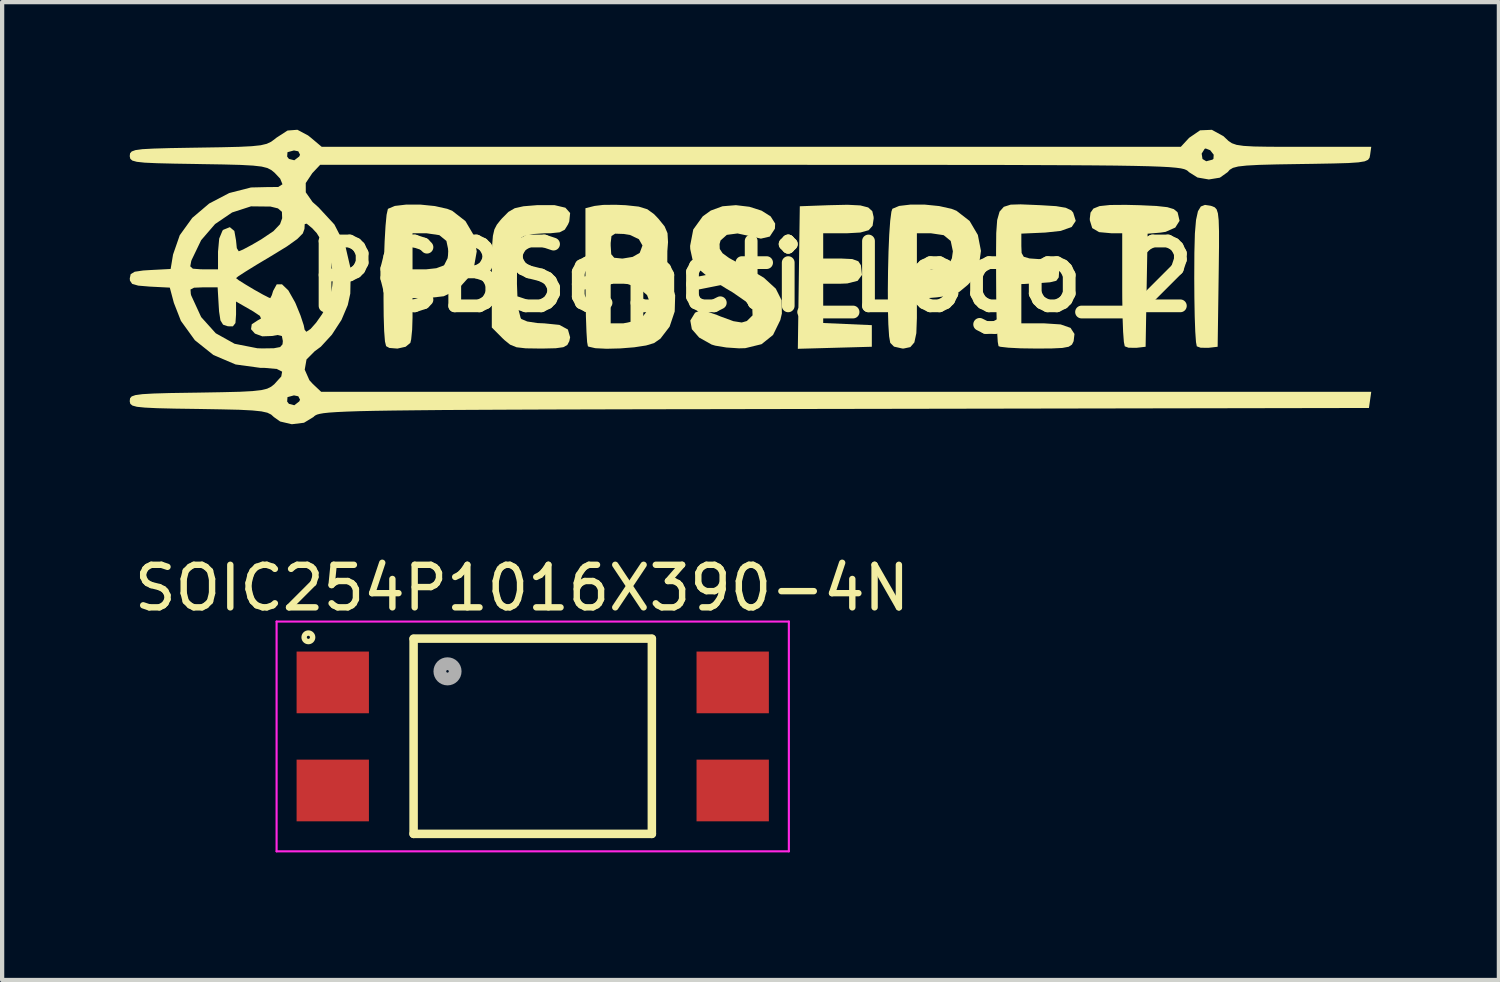
<source format=kicad_pcb>
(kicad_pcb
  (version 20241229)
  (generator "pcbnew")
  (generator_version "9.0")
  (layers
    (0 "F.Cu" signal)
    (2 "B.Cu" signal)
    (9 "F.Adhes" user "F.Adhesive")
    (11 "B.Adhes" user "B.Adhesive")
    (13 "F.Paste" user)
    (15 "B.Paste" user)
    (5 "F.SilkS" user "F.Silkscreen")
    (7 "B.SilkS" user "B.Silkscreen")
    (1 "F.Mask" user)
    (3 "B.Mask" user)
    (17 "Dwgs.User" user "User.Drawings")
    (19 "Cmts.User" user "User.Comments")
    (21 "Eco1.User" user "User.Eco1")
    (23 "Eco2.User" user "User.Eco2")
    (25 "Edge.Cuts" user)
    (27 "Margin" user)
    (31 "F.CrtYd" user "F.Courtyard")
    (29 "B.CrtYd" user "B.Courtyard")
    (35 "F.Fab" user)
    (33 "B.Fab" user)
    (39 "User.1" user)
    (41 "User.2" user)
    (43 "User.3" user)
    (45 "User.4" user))
  (footprint "PCBSepeti_Logo_2"
    (layer "F.Cu")
    (at 14.605 3.449)
    (property "Reference" "PCBSepeti_Logo_2" (at 0 0 0) (layer "F.SilkS") (effects (font (size 1.524 1.524) (thickness 0.3))))
    (attr board_only exclude_from_pos_files exclude_from_bom)
    (fp_poly (pts (xy 10.795 -1.664) (xy 10.835 -1.652) (xy 10.896 -1.626) (xy 10.94 -1.578) (xy 10.97 -1.485) (xy 10.988 -1.323) (xy 10.996 -1.069) (xy 10.996 -0.701) (xy 10.99 -0.195) (xy 10.987 0.027) (xy 10.964 1.651) (xy 10.749 1.676) (xy 10.565 1.674) (xy 10.474 1.641) (xy 10.455 1.541) (xy 10.438 1.299) (xy 10.425 0.944) (xy 10.417 0.504) (xy 10.414 0.039) (xy 10.417 -0.561) (xy 10.429 -1.011) (xy 10.456 -1.329) (xy 10.501 -1.534) (xy 10.569 -1.646) (xy 10.666 -1.683)) (stroke (width 0) (type solid)) (fill yes) (layer "F.SilkS"))
    (fp_poly (pts (xy 2.566 -1.671) (xy 2.751 -1.623) (xy 2.847 -1.535) (xy 2.878 -1.4) (xy 2.879 -1.362) (xy 2.854 -1.192) (xy 2.761 -1.088) (xy 2.568 -1.034) (xy 2.244 -1.016) (xy 2.152 -1.016) (xy 1.693 -1.016) (xy 1.693 -0.423) (xy 2.111 -0.423) (xy 2.377 -0.41) (xy 2.519 -0.358) (xy 2.579 -0.266) (xy 2.605 -0.038) (xy 2.503 0.101) (xy 2.259 0.163) (xy 2.108 0.169) (xy 1.693 0.169) (xy 1.693 1.093) (xy 2.836 1.143) (xy 2.836 1.651) (xy 1.967 1.675) (xy 1.097 1.699) (xy 1.12 0.024) (xy 1.143 -1.651) (xy 1.82 -1.676) (xy 2.264 -1.686)) (stroke (width 0) (type solid)) (fill yes) (layer "F.SilkS"))
    (fp_poly (pts (xy 9.135 -1.676) (xy 9.526 -1.658) (xy 9.78 -1.63) (xy 9.933 -1.584) (xy 10.016 -1.515) (xy 10.024 -1.503) (xy 10.069 -1.31) (xy 9.968 -1.15) (xy 9.741 -1.05) (xy 9.624 -1.032) (xy 9.318 -1.006) (xy 9.294 0.322) (xy 9.271 1.651) (xy 9.056 1.676) (xy 8.871 1.674) (xy 8.781 1.641) (xy 8.76 1.539) (xy 8.742 1.299) (xy 8.729 0.951) (xy 8.722 0.526) (xy 8.721 0.282) (xy 8.721 -1.016) (xy 8.474 -1.016) (xy 8.178 -1.043) (xy 8.016 -1.138) (xy 7.96 -1.32) (xy 7.959 -1.362) (xy 7.976 -1.502) (xy 8.044 -1.597) (xy 8.188 -1.655) (xy 8.434 -1.681) (xy 8.806 -1.684)) (stroke (width 0) (type solid)) (fill yes) (layer "F.SilkS"))
    (fp_poly (pts (xy -7.772 -1.69) (xy -7.435 -1.656) (xy -7.144 -1.591) (xy -7.027 -1.545) (xy -6.716 -1.303) (xy -6.52 -0.97) (xy -6.45 -0.59) (xy -6.518 -0.206) (xy -6.628 0.007) (xy -6.896 0.305) (xy -7.226 0.464) (xy -7.599 0.507) (xy -7.959 0.508) (xy -7.959 0.967) (xy -7.968 1.251) (xy -7.991 1.478) (xy -8.01 1.559) (xy -8.121 1.651) (xy -8.314 1.694) (xy -8.503 1.679) (xy -8.58 1.637) (xy -8.607 1.526) (xy -8.626 1.28) (xy -8.637 0.931) (xy -8.641 0.513) (xy -8.639 0.059) (xy -8.634 -0.169) (xy -7.959 -0.169) (xy -7.637 -0.169) (xy -7.4 -0.195) (xy -7.231 -0.257) (xy -7.214 -0.271) (xy -7.135 -0.429) (xy -7.112 -0.593) (xy -7.163 -0.836) (xy -7.329 -0.972) (xy -7.627 -1.016) (xy -7.637 -1.016) (xy -7.959 -1.016) (xy -7.959 -0.169) (xy -8.634 -0.169) (xy -8.63 -0.398) (xy -8.615 -0.824) (xy -8.594 -1.186) (xy -8.569 -1.451) (xy -8.539 -1.585) (xy -8.534 -1.592) (xy -8.375 -1.659) (xy -8.103 -1.691)) (stroke (width 0) (type solid)) (fill yes) (layer "F.SilkS"))
    (fp_poly (pts (xy 4.081 -1.69) (xy 4.418 -1.656) (xy 4.709 -1.591) (xy 4.826 -1.545) (xy 5.134 -1.306) (xy 5.328 -0.977) (xy 5.401 -0.602) (xy 5.348 -0.222) (xy 5.161 0.121) (xy 5.095 0.193) (xy 4.896 0.358) (xy 4.673 0.447) (xy 4.366 0.49) (xy 3.895 0.529) (xy 3.895 0.977) (xy 3.882 1.332) (xy 3.836 1.549) (xy 3.741 1.659) (xy 3.583 1.693) (xy 3.556 1.693) (xy 3.357 1.648) (xy 3.269 1.559) (xy 3.242 1.404) (xy 3.224 1.123) (xy 3.214 0.75) (xy 3.212 0.319) (xy 3.217 -0.136) (xy 3.218 -0.169) (xy 3.895 -0.169) (xy 4.216 -0.169) (xy 4.453 -0.195) (xy 4.623 -0.257) (xy 4.64 -0.271) (xy 4.718 -0.429) (xy 4.741 -0.593) (xy 4.69 -0.836) (xy 4.524 -0.972) (xy 4.227 -1.016) (xy 4.216 -1.016) (xy 3.895 -1.016) (xy 3.895 -0.169) (xy 3.218 -0.169) (xy 3.228 -0.582) (xy 3.245 -0.984) (xy 3.268 -1.31) (xy 3.296 -1.524) (xy 3.319 -1.592) (xy 3.478 -1.659) (xy 3.75 -1.691)) (stroke (width 0) (type solid)) (fill yes) (layer "F.SilkS"))
    (fp_poly (pts (xy -4.619 -1.677) (xy -4.366 -1.617) (xy -4.255 -1.492) (xy -4.275 -1.295) (xy -4.304 -1.225) (xy -4.381 -1.101) (xy -4.5 -1.039) (xy -4.714 -1.017) (xy -4.85 -1.016) (xy -5.123 -0.998) (xy -5.333 -0.952) (xy -5.402 -0.914) (xy -5.451 -0.781) (xy -5.485 -0.525) (xy -5.503 -0.192) (xy -5.505 0.17) (xy -5.492 0.516) (xy -5.463 0.8) (xy -5.418 0.975) (xy -5.402 0.999) (xy -5.263 1.057) (xy -5.022 1.094) (xy -4.862 1.101) (xy -4.508 1.137) (xy -4.307 1.246) (xy -4.255 1.429) (xy -4.274 1.52) (xy -4.321 1.609) (xy -4.414 1.661) (xy -4.594 1.686) (xy -4.897 1.693) (xy -4.965 1.693) (xy -5.299 1.688) (xy -5.515 1.663) (xy -5.665 1.602) (xy -5.8 1.493) (xy -5.849 1.446) (xy -6.096 1.198) (xy -6.096 0.05) (xy -6.095 -0.411) (xy -6.088 -0.735) (xy -6.07 -0.956) (xy -6.035 -1.107) (xy -5.977 -1.219) (xy -5.891 -1.327) (xy -5.852 -1.371) (xy -5.705 -1.519) (xy -5.557 -1.605) (xy -5.352 -1.651) (xy -5.036 -1.677) (xy -5.023 -1.677)) (stroke (width 0) (type solid)) (fill yes) (layer "F.SilkS"))
    (fp_poly (pts (xy 6.647 -1.683) (xy 6.807 -1.676) (xy 7.167 -1.654) (xy 7.394 -1.616) (xy 7.523 -1.555) (xy 7.568 -1.503) (xy 7.629 -1.307) (xy 7.533 -1.164) (xy 7.276 -1.072) (xy 6.913 -1.033) (xy 6.35 -1.008) (xy 6.35 -0.72) (xy 6.357 -0.552) (xy 6.407 -0.464) (xy 6.542 -0.425) (xy 6.795 -0.407) (xy 7.053 -0.386) (xy 7.185 -0.346) (xy 7.233 -0.259) (xy 7.239 -0.127) (xy 7.229 0.021) (xy 7.172 0.1) (xy 7.024 0.136) (xy 6.795 0.153) (xy 6.35 0.178) (xy 6.35 1.101) (xy 6.89 1.101) (xy 7.274 1.126) (xy 7.506 1.207) (xy 7.599 1.35) (xy 7.579 1.52) (xy 7.54 1.6) (xy 7.462 1.651) (xy 7.313 1.679) (xy 7.058 1.691) (xy 6.697 1.693) (xy 6.338 1.688) (xy 6.046 1.673) (xy 5.859 1.652) (xy 5.814 1.637) (xy 5.796 1.538) (xy 5.781 1.298) (xy 5.768 0.942) (xy 5.76 0.5) (xy 5.757 -0.002) (xy 5.757 -0.012) (xy 5.756 -0.591) (xy 5.76 -1.022) (xy 5.782 -1.327) (xy 5.838 -1.525) (xy 5.938 -1.638) (xy 6.098 -1.689) (xy 6.33 -1.696)) (stroke (width 0) (type solid)) (fill yes) (layer "F.SilkS"))
    (fp_poly (pts (xy -0.041 -1.639) (xy 0.244 -1.548) (xy 0.458 -1.413) (xy 0.564 -1.245) (xy 0.558 -1.124) (xy 0.437 -0.939) (xy 0.229 -0.89) (xy 0.008 -0.941) (xy -0.32 -1.012) (xy -0.572 -0.979) (xy -0.719 -0.848) (xy -0.743 -0.762) (xy -0.738 -0.648) (xy -0.673 -0.548) (xy -0.52 -0.435) (xy -0.25 -0.287) (xy -0.137 -0.228) (xy 0.299 0.029) (xy 0.579 0.286) (xy 0.716 0.559) (xy 0.722 0.869) (xy 0.685 1.024) (xy 0.514 1.374) (xy 0.243 1.591) (xy -0.137 1.684) (xy -0.287 1.688) (xy -0.585 1.668) (xy -0.844 1.625) (xy -0.93 1.599) (xy -1.222 1.435) (xy -1.394 1.238) (xy -1.431 1.035) (xy -1.32 0.853) (xy -1.314 0.848) (xy -1.209 0.801) (xy -1.052 0.818) (xy -0.799 0.906) (xy -0.717 0.94) (xy -0.416 1.05) (xy -0.222 1.081) (xy -0.101 1.046) (xy 0.033 0.913) (xy 0.027 0.763) (xy -0.126 0.587) (xy -0.433 0.374) (xy -0.587 0.283) (xy -0.979 0.04) (xy -1.235 -0.177) (xy -1.378 -0.396) (xy -1.432 -0.645) (xy -1.435 -0.72) (xy -1.361 -1.105) (xy -1.138 -1.414) (xy -0.95 -1.55) (xy -0.674 -1.651) (xy -0.359 -1.677)) (stroke (width 0) (type solid)) (fill yes) (layer "F.SilkS"))
    (fp_poly (pts (xy -2.948 -1.676) (xy -2.642 -1.643) (xy -2.441 -1.581) (xy -2.282 -1.465) (xy -2.178 -1.356) (xy -2.034 -1.178) (xy -1.966 -1.018) (xy -1.954 -0.808) (xy -1.97 -0.596) (xy -1.972 -0.176) (xy -1.899 0.09) (xy -1.786 0.442) (xy -1.797 0.822) (xy -1.917 1.179) (xy -2.134 1.462) (xy -2.283 1.565) (xy -2.469 1.621) (xy -2.75 1.664) (xy -3.077 1.69) (xy -3.398 1.698) (xy -3.663 1.685) (xy -3.823 1.648) (xy -3.838 1.637) (xy -3.856 1.538) (xy -3.871 1.298) (xy -3.878 1.101) (xy -3.302 1.101) (xy -3.006 1.101) (xy -2.704 1.04) (xy -2.54 0.931) (xy -2.414 0.764) (xy -2.371 0.635) (xy -2.447 0.436) (xy -2.64 0.271) (xy -2.9 0.178) (xy -3.006 0.169) (xy -3.302 0.169) (xy -3.302 1.101) (xy -3.878 1.101) (xy -3.884 0.942) (xy -3.892 0.5) (xy -3.895 -0.002) (xy -3.895 -0.012) (xy -3.895 -0.725) (xy -3.302 -0.725) (xy -3.289 -0.524) (xy -3.219 -0.441) (xy -3.041 -0.423) (xy -3.016 -0.423) (xy -2.786 -0.461) (xy -2.623 -0.553) (xy -2.619 -0.557) (xy -2.555 -0.729) (xy -2.639 -0.877) (xy -2.849 -0.977) (xy -2.993 -1) (xy -3.197 -1.007) (xy -3.283 -0.952) (xy -3.302 -0.788) (xy -3.302 -0.725) (xy -3.895 -0.725) (xy -3.895 -1.605) (xy -3.68 -1.659) (xy -3.479 -1.683) (xy -3.184 -1.686)) (stroke (width 0) (type solid)) (fill yes) (layer "F.SilkS"))
    (fp_poly (pts (xy -10.415 -3.316) (xy -10.345 -3.26) (xy -10.093 -3.048) (xy 10.098 -3.048) (xy 10.294 -3.26) (xy 10.551 -3.436) (xy 10.828 -3.448) (xy 11.101 -3.298) (xy 11.141 -3.26) (xy 11.219 -3.186) (xy 11.3 -3.132) (xy 11.41 -3.094) (xy 11.575 -3.07) (xy 11.819 -3.056) (xy 12.169 -3.05) (xy 12.649 -3.048) (xy 12.964 -3.048) (xy 14.574 -3.048) (xy 14.547 -2.857) (xy 14.534 -2.791) (xy 14.498 -2.742) (xy 14.419 -2.707) (xy 14.272 -2.683) (xy 14.036 -2.667) (xy 13.686 -2.657) (xy 13.201 -2.648) (xy 12.918 -2.644) (xy 12.357 -2.635) (xy 11.941 -2.624) (xy 11.646 -2.608) (xy 11.448 -2.586) (xy 11.324 -2.554) (xy 11.248 -2.509) (xy 11.199 -2.453) (xy 11.016 -2.323) (xy 10.757 -2.281) (xy 10.49 -2.327) (xy 10.287 -2.455) (xy 10.262 -2.481) (xy 10.228 -2.503) (xy 10.177 -2.524) (xy 10.099 -2.542) (xy 9.986 -2.557) (xy 9.828 -2.571) (xy 9.616 -2.582) (xy 9.342 -2.592) (xy 8.996 -2.6) (xy 8.568 -2.607) (xy 8.051 -2.612) (xy 7.435 -2.616) (xy 6.711 -2.619) (xy 5.869 -2.622) (xy 4.901 -2.623) (xy 3.798 -2.624) (xy 2.55 -2.624) (xy 1.149 -2.625) (xy 0.002 -2.625) (xy -10.13 -2.625) (xy -10.315 -2.429) (xy -10.469 -2.197) (xy -10.468 -1.979) (xy -10.309 -1.751) (xy -10.169 -1.626) (xy -9.796 -1.223) (xy -9.54 -0.725) (xy -9.411 -0.171) (xy -9.422 0.401) (xy -9.481 0.671) (xy -9.629 1.02) (xy -9.855 1.368) (xy -10.114 1.65) (xy -10.259 1.757) (xy -10.451 1.95) (xy -10.493 2.189) (xy -10.383 2.437) (xy -10.303 2.525) (xy -10.107 2.709) (xy 14.574 2.709) (xy 14.52 3.09) (xy 2.193 3.112) (xy 0.507 3.115) (xy -1.019 3.118) (xy -2.391 3.12) (xy -3.619 3.123) (xy -4.71 3.126) (xy -5.673 3.13) (xy -6.515 3.134) (xy -7.246 3.138) (xy -7.873 3.144) (xy -8.405 3.15) (xy -8.849 3.157) (xy -9.214 3.165) (xy -9.508 3.175) (xy -9.74 3.186) (xy -9.917 3.198) (xy -10.048 3.212) (xy -10.14 3.228) (xy -10.203 3.245) (xy -10.244 3.265) (xy -10.272 3.286) (xy -10.287 3.302) (xy -10.51 3.437) (xy -10.796 3.472) (xy -11.07 3.408) (xy -11.217 3.304) (xy -11.282 3.245) (xy -11.371 3.201) (xy -11.51 3.17) (xy -11.722 3.148) (xy -12.033 3.132) (xy -12.466 3.122) (xy -12.987 3.113) (xy -13.547 3.105) (xy -13.961 3.095) (xy -14.25 3.081) (xy -14.437 3.062) (xy -14.543 3.033) (xy -14.592 2.993) (xy -14.605 2.939) (xy -10.906 2.939) (xy -10.864 2.993) (xy -10.738 3.026) (xy -10.622 2.936) (xy -10.603 2.895) (xy -10.644 2.815) (xy -10.746 2.794) (xy -10.898 2.835) (xy -10.906 2.939) (xy -14.605 2.939) (xy -14.605 2.938) (xy -14.605 2.921) (xy -14.598 2.862) (xy -14.56 2.818) (xy -14.471 2.787) (xy -14.307 2.765) (xy -14.047 2.75) (xy -13.667 2.739) (xy -13.145 2.731) (xy -13 2.729) (xy -12.438 2.719) (xy -12.02 2.709) (xy -11.72 2.693) (xy -11.515 2.67) (xy -11.377 2.637) (xy -11.282 2.59) (xy -11.204 2.527) (xy -11.201 2.523) (xy -11.044 2.349) (xy -11.024 2.236) (xy -11.149 2.173) (xy -11.429 2.148) (xy -11.536 2.147) (xy -12.118 2.067) (xy -12.639 1.845) (xy -13.075 1.497) (xy -13.403 1.043) (xy -13.569 0.618) (xy -13.652 0.306) (xy -13.178 0.306) (xy -13.17 0.411) (xy -13.161 0.445) (xy -12.927 0.953) (xy -12.584 1.334) (xy -12.141 1.581) (xy -11.607 1.686) (xy -11.493 1.69) (xy -11.218 1.686) (xy -11.071 1.658) (xy -11.015 1.594) (xy -11.007 1.517) (xy -11.03 1.399) (xy -11.132 1.375) (xy -11.264 1.398) (xy -11.49 1.406) (xy -11.663 1.342) (xy -11.755 1.238) (xy -11.738 1.123) (xy -11.603 1.034) (xy -11.52 0.987) (xy -11.547 0.925) (xy -11.701 0.822) (xy -11.773 0.78) (xy -12.107 0.588) (xy -12.107 0.892) (xy -12.121 1.094) (xy -12.181 1.171) (xy -12.298 1.17) (xy -12.412 1.132) (xy -12.474 1.031) (xy -12.506 0.822) (xy -12.514 0.699) (xy -12.54 0.254) (xy -12.879 0.254) (xy -13.094 0.263) (xy -13.178 0.306) (xy -13.652 0.306) (xy -13.664 0.261) (xy -14.135 0.237) (xy -14.407 0.214) (xy -14.549 0.173) (xy -14.601 0.096) (xy -14.605 0.042) (xy -14.604 0.038) (xy -12.107 0.038) (xy -12.042 0.089) (xy -11.879 0.191) (xy -11.673 0.314) (xy -11.473 0.426) (xy -11.334 0.497) (xy -11.302 0.508) (xy -11.266 0.438) (xy -11.236 0.339) (xy -11.151 0.184) (xy -11.027 0.183) (xy -10.879 0.325) (xy -10.721 0.604) (xy -10.706 0.637) (xy -10.593 0.913) (xy -10.517 1.143) (xy -10.495 1.251) (xy -10.455 1.299) (xy -10.356 1.233) (xy -10.225 1.085) (xy -10.087 0.889) (xy -9.97 0.677) (xy -9.905 0.509) (xy -9.847 0.227) (xy -9.824 -0.039) (xy -9.824 -0.042) (xy -9.88 -0.359) (xy -10.021 -0.712) (xy -10.211 -1.02) (xy -10.317 -1.135) (xy -10.447 -1.242) (xy -10.493 -1.232) (xy -10.499 -1.119) (xy -10.538 -1.012) (xy -10.668 -0.881) (xy -10.91 -0.708) (xy -11.284 -0.479) (xy -11.303 -0.468) (xy -11.626 -0.275) (xy -11.888 -0.113) (xy -12.057 -0.003) (xy -12.107 0.038) (xy -14.604 0.038) (xy -14.583 -0.056) (xy -14.49 -0.112) (xy -14.288 -0.142) (xy -14.125 -0.152) (xy -13.645 -0.177) (xy -13.634 -0.239) (xy -13.183 -0.239) (xy -13.123 -0.184) (xy -12.941 -0.17) (xy -12.875 -0.169) (xy -12.531 -0.169) (xy -12.531 -0.582) (xy -12.503 -0.892) (xy -12.425 -1.08) (xy -12.407 -1.098) (xy -12.253 -1.16) (xy -12.147 -1.071) (xy -12.107 -0.846) (xy -12.107 -0.842) (xy -12.089 -0.666) (xy -12.044 -0.593) (xy -11.943 -0.634) (xy -11.744 -0.74) (xy -11.515 -0.873) (xy -11.228 -1.066) (xy -11.073 -1.23) (xy -11.023 -1.37) (xy -11.029 -1.521) (xy -11.122 -1.601) (xy -11.297 -1.644) (xy -11.756 -1.649) (xy -12.2 -1.505) (xy -12.6 -1.233) (xy -12.927 -0.854) (xy -13.152 -0.387) (xy -13.161 -0.36) (xy -13.183 -0.239) (xy -13.634 -0.239) (xy -13.588 -0.516) (xy -13.43 -0.971) (xy -13.136 -1.378) (xy -12.738 -1.716) (xy -12.267 -1.962) (xy -11.755 -2.093) (xy -11.373 -2.102) (xy -11.116 -2.104) (xy -11.016 -2.168) (xy -11.07 -2.3) (xy -11.201 -2.439) (xy -11.278 -2.502) (xy -11.371 -2.55) (xy -11.506 -2.584) (xy -11.708 -2.607) (xy -12.002 -2.623) (xy -12.414 -2.634) (xy -12.968 -2.643) (xy -13 -2.644) (xy -13.558 -2.653) (xy -13.969 -2.663) (xy -14.256 -2.676) (xy -14.44 -2.696) (xy -14.545 -2.725) (xy -14.592 -2.766) (xy -14.604 -2.819) (xy -10.906 -2.819) (xy -10.864 -2.764) (xy -10.738 -2.732) (xy -10.622 -2.821) (xy -10.603 -2.863) (xy -10.616 -2.888) (xy 10.588 -2.888) (xy 10.608 -2.762) (xy 10.696 -2.709) (xy 10.84 -2.746) (xy 10.865 -2.765) (xy 10.871 -2.863) (xy 10.789 -2.968) (xy 10.683 -3.009) (xy 10.658 -3) (xy 10.588 -2.888) (xy -10.616 -2.888) (xy -10.644 -2.943) (xy -10.746 -2.963) (xy -10.898 -2.922) (xy -10.906 -2.819) (xy -14.604 -2.819) (xy -14.605 -2.821) (xy -14.605 -2.836) (xy -14.598 -2.895) (xy -14.56 -2.939) (xy -14.471 -2.971) (xy -14.307 -2.993) (xy -14.045 -3.007) (xy -13.664 -3.018) (xy -13.142 -3.027) (xy -13.006 -3.029) (xy -12.448 -3.038) (xy -12.033 -3.048) (xy -11.735 -3.063) (xy -11.528 -3.085) (xy -11.385 -3.119) (xy -11.282 -3.168) (xy -11.191 -3.235) (xy -11.158 -3.262) (xy -10.897 -3.431) (xy -10.665 -3.449)) (stroke (width 0) (type solid)) (fill yes) (layer "F.SilkS")))
  (footprint "SOIC254P1016X390-4N"
    (layer "F.Cu")
    (at 9.471 14.259)
    (property "Reference" "SOIC254P1016X390-4N" (at -0.251 -3.489 0) (layer "F.SilkS") (effects (font (size 1 1) (thickness 0.15))))
    (attr through_hole)
    (fp_line (start -2.8 -2.3) (end 2.8 -2.3) (stroke (width 0.2) (type solid)) (layer "F.SilkS"))
    (fp_line (start -2.8 2.29) (end -2.8 -2.29) (stroke (width 0.2) (type solid)) (layer "F.SilkS"))
    (fp_line (start 2.8 -2.29) (end 2.8 2.29) (stroke (width 0.2) (type solid)) (layer "F.SilkS"))
    (fp_line (start 2.8 2.29) (end -2.8 2.29) (stroke (width 0.2) (type solid)) (layer "F.SilkS"))
    (fp_circle (center -5.273 -2.33) (end -5.173 -2.33) (stroke (width 0.127) (type solid)) (fill no) (layer "F.SilkS"))
    (fp_line (start -6.02 -2.7) (end 6.02 -2.7) (stroke (width 0.05) (type solid)) (layer "F.CrtYd"))
    (fp_line (start -6.02 2.7) (end -6.02 -2.7) (stroke (width 0.05) (type solid)) (layer "F.CrtYd"))
    (fp_line (start 6.02 -2.7) (end 6.02 2.7) (stroke (width 0.05) (type solid)) (layer "F.CrtYd"))
    (fp_line (start 6.02 2.7) (end -6.02 2.7) (stroke (width 0.05) (type solid)) (layer "F.CrtYd"))
    (fp_circle (center -2.003 -1.53) (end -1.823 -1.53) (stroke (width 0.3) (type solid)) (fill no) (layer "F.Fab"))
    (pad "1" smd rect (at -4.7 -1.27 180) (size 1.7 1.45) (layers "F.Cu" "F.Mask" "F.Paste"))
    (pad "2" smd rect (at -4.7 1.27 180) (size 1.7 1.45) (layers "F.Cu" "F.Mask" "F.Paste"))
    (pad "3" smd rect (at 4.7 1.27 180) (size 1.7 1.45) (layers "F.Cu" "F.Mask" "F.Paste"))
    (pad "4" smd rect (at 4.7 -1.27 180) (size 1.7 1.45) (layers "F.Cu" "F.Mask" "F.Paste")))
  (gr_rect
    (start -3 -3)
    (end 32.179 19.984)
    (stroke (width 0.1) (type default))
    (fill no)
    (layer "Edge.Cuts")))
</source>
